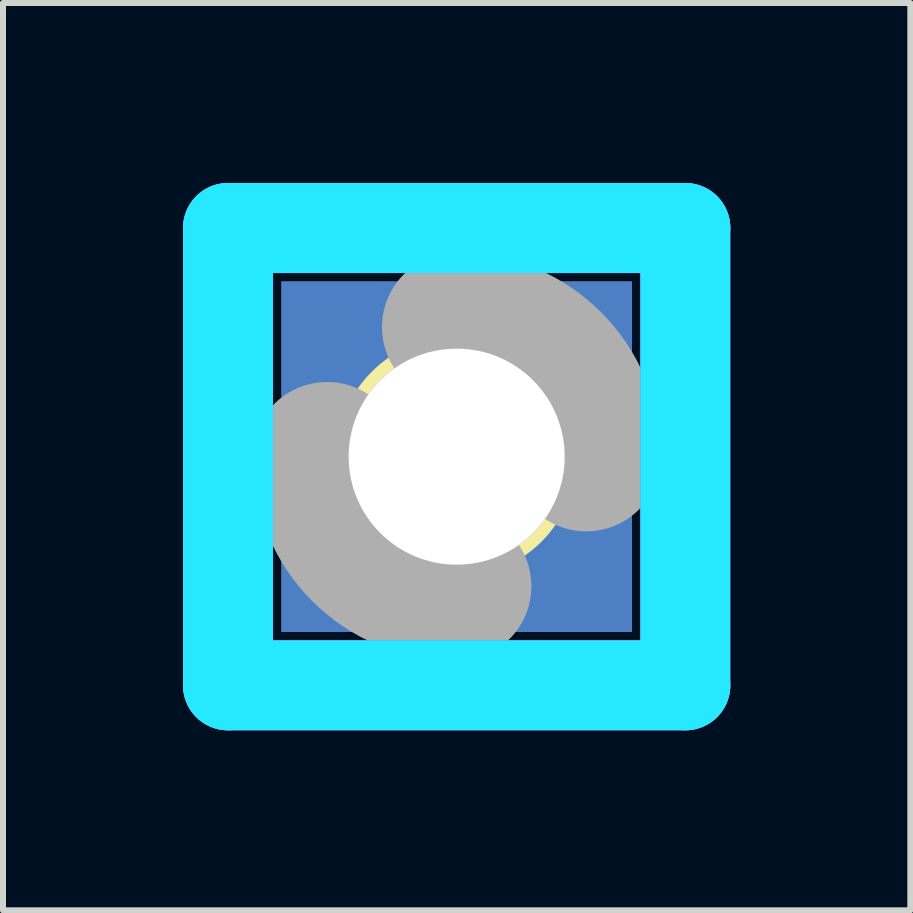
<source format=kicad_pcb>
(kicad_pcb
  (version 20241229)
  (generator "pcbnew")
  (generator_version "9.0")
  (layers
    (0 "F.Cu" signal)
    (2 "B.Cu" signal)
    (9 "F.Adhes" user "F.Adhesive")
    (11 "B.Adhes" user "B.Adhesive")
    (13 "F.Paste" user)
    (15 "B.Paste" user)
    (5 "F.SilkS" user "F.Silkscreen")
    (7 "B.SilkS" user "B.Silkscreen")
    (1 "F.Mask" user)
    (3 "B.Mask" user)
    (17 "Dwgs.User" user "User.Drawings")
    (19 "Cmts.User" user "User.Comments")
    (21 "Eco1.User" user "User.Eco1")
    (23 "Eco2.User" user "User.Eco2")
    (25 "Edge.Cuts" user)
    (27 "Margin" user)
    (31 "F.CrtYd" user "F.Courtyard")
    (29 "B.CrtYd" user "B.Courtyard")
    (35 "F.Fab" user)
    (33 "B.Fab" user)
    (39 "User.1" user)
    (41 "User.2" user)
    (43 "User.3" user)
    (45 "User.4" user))
  (footprint "footprint"
    (layer "F.Cu")
    (at 4.56 4.56)
    (property "Reference" "footprint" (at 0 0 0) (layer "F.SilkS") (effects (font (size 1.27 1.27) (thickness 0.15))))
    (fp_line (start -3.556 -3.556) (end 3.556 -3.556) (stroke (width 0.203) (type solid)) (layer "F.SilkS"))
    (fp_line (start -3.556 3.556) (end -3.556 -3.556) (stroke (width 0.203) (type solid)) (layer "F.SilkS"))
    (fp_line (start -2.921 0) (end -3.429 0) (stroke (width 0.051) (type solid)) (layer "F.SilkS"))
    (fp_line (start 0 -3.429) (end 0 -2.921) (stroke (width 0.051) (type solid)) (layer "F.SilkS"))
    (fp_line (start 0 2.921) (end 0 3.429) (stroke (width 0.051) (type solid)) (layer "F.SilkS"))
    (fp_line (start 3.429 0) (end 2.921 0) (stroke (width 0.051) (type solid)) (layer "F.SilkS"))
    (fp_line (start 3.556 -3.556) (end 3.556 3.556) (stroke (width 0.203) (type solid)) (layer "F.SilkS"))
    (fp_line (start 3.556 3.556) (end -3.556 3.556) (stroke (width 0.203) (type solid)) (layer "F.SilkS"))
    (fp_circle (center 0 0) (end 1.9 0) (stroke (width 0.203) (type solid)) (fill no) (layer "F.SilkS"))
    (fp_line (start -3.81 -3.81) (end 3.81 -3.81) (stroke (width 1.5) (type solid)) (layer "B.CrtYd"))
    (fp_line (start -3.81 3.81) (end -3.81 -3.81) (stroke (width 1.5) (type solid)) (layer "B.CrtYd"))
    (fp_line (start 3.81 -3.81) (end 3.81 3.81) (stroke (width 1.5) (type solid)) (layer "B.CrtYd"))
    (fp_line (start 3.81 3.81) (end -3.81 3.81) (stroke (width 1.5) (type solid)) (layer "B.CrtYd"))
    (fp_line (start -3.81 -3.81) (end 3.81 -3.81) (stroke (width 1.5) (type solid)) (layer "F.CrtYd"))
    (fp_line (start -3.81 3.81) (end -3.81 -3.81) (stroke (width 1.5) (type solid)) (layer "F.CrtYd"))
    (fp_line (start 3.81 -3.81) (end 3.81 3.81) (stroke (width 1.5) (type solid)) (layer "F.CrtYd"))
    (fp_line (start 3.81 3.81) (end -3.81 3.81) (stroke (width 1.5) (type solid)) (layer "F.CrtYd"))
    (fp_arc (start 0 -2.159) (mid 1.526644 -1.526644) (end 2.159 0) (stroke (width 2.4892) (type solid)) (layer "F.Fab"))
    (fp_arc (start 0 2.159) (mid -1.526644 1.526644) (end -2.159 0) (stroke (width 2.4892) (type solid)) (layer "F.Fab"))
    (fp_circle (center 0 0) (end 0.762 0) (stroke (width 0.457) (type solid)) (fill no) (layer "F.Fab"))
    (pad "B3,6" thru_hole rect (at 0 0) (size 5.842 5.842) (drill 3.6) (layers "*.Cu" "*.Mask")))
  (gr_rect
    (start -3 -3)
    (end 12.12 12.12)
    (stroke (width 0.1) (type default))
    (fill no)
    (layer "Edge.Cuts")))
</source>
